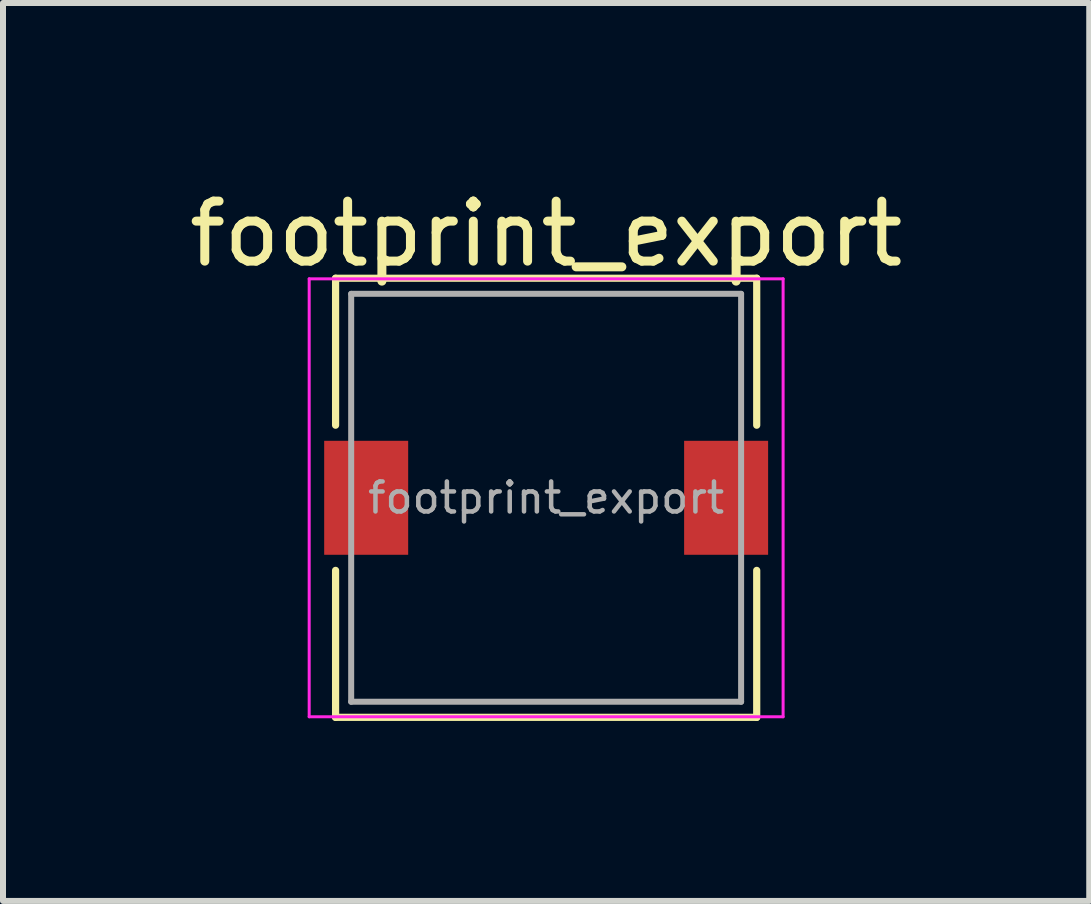
<source format=kicad_pcb>
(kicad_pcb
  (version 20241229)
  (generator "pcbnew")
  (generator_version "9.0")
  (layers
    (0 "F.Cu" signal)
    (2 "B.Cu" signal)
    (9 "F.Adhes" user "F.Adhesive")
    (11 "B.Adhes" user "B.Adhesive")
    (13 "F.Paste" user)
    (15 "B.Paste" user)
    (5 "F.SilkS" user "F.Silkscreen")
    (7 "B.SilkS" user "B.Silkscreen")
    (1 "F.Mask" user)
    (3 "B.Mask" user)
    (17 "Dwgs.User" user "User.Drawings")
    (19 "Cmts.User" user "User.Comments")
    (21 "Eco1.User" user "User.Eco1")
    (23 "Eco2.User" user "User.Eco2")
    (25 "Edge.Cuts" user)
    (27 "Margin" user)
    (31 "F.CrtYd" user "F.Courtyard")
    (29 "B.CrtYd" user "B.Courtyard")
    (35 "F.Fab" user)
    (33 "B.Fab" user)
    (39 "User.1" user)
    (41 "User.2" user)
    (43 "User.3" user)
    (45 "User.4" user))
  (footprint "footprint_export"
    (layer "F.Cu")
    (at 6.054 5.248)
    (property "Reference" "footprint_export" (at 0 -4.4 0) (layer "F.SilkS") (effects (font (size 1 1) (thickness 0.15))))
    (attr smd)
    (fp_line (start -3.51 -3.66) (end -3.51 -1.21) (stroke (width 0.12) (type solid)) (layer "F.SilkS"))
    (fp_line (start -3.51 -3.66) (end 3.51 -3.66) (stroke (width 0.12) (type solid)) (layer "F.SilkS"))
    (fp_line (start -3.51 3.66) (end -3.51 1.21) (stroke (width 0.12) (type solid)) (layer "F.SilkS"))
    (fp_line (start -3.51 3.66) (end 3.51 3.66) (stroke (width 0.12) (type solid)) (layer "F.SilkS"))
    (fp_line (start 3.51 -3.66) (end 3.51 -1.21) (stroke (width 0.12) (type solid)) (layer "F.SilkS"))
    (fp_line (start 3.51 3.66) (end 3.51 1.21) (stroke (width 0.12) (type solid)) (layer "F.SilkS"))
    (fp_line (start -3.95 -3.65) (end -3.95 3.65) (stroke (width 0.05) (type solid)) (layer "F.CrtYd"))
    (fp_line (start -3.95 3.65) (end 3.95 3.65) (stroke (width 0.05) (type solid)) (layer "F.CrtYd"))
    (fp_line (start 3.95 -3.65) (end -3.95 -3.65) (stroke (width 0.05) (type solid)) (layer "F.CrtYd"))
    (fp_line (start 3.95 3.65) (end 3.95 -3.65) (stroke (width 0.05) (type solid)) (layer "F.CrtYd"))
    (fp_line (start -3.25 -3.4) (end -3.25 3.4) (stroke (width 0.1) (type solid)) (layer "F.Fab"))
    (fp_line (start -3.25 3.4) (end 3.25 3.4) (stroke (width 0.1) (type solid)) (layer "F.Fab"))
    (fp_line (start 3.25 -3.4) (end -3.25 -3.4) (stroke (width 0.1) (type solid)) (layer "F.Fab"))
    (fp_line (start 3.25 3.4) (end 3.25 -3.4) (stroke (width 0.1) (type solid)) (layer "F.Fab"))
    (fp_text user "${REFERENCE}" (at 0 0 0) (layer "F.Fab") (effects (font (size 0.5 0.5) (thickness 0.075))))
    (pad "1" smd rect (at -3 0) (size 1.4 1.9) (layers "F.Cu" "F.Mask" "F.Paste"))
    (pad "2" smd rect (at 3 0) (size 1.4 1.9) (layers "F.Cu" "F.Mask" "F.Paste")))
  (gr_rect
    (start -3 -3)
    (end 15.107 11.968)
    (stroke (width 0.1) (type default))
    (fill no)
    (layer "Edge.Cuts")))
</source>
